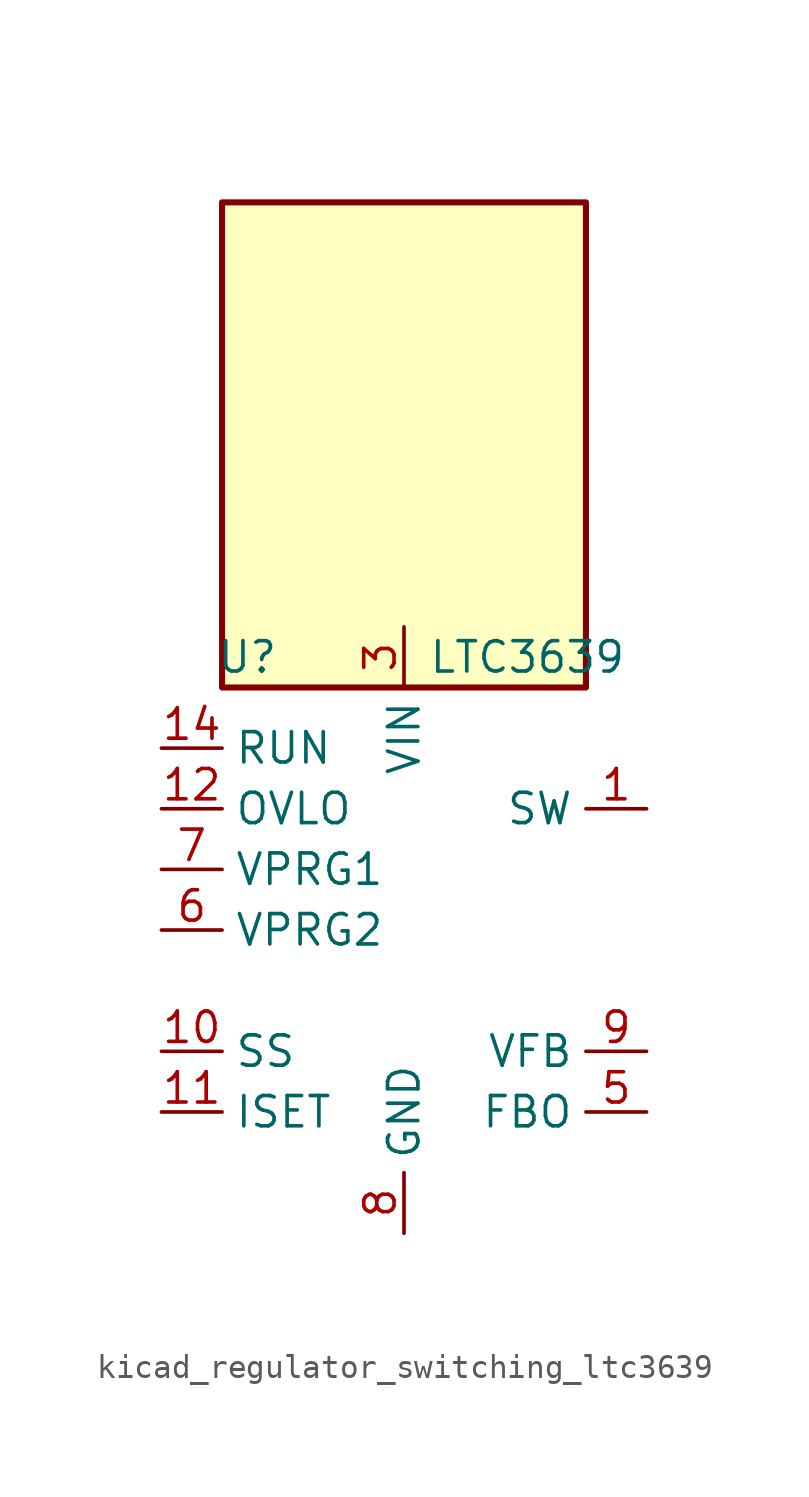
<source format=kicad_sym>
(kicad_symbol_lib
  (version 20220914)
  (generator kicad_symbol_editor)
  (symbol "kicad_regulator_switching_ltc3639"
    (property "Reference" "U"
      (at -7.874 11.43 0)
      (effects (font (size 1.27 1.27)) (justify left)))
    (property "Value" "LTC3639"
      (at 1.016 11.43 0)
      (effects (font (size 1.27 1.27)) (justify left)))
    (symbol "kicad_regulator_switching_ltc3639_0_1"
      (rectangle (start 7.62 30.48) (end -7.62 10.16) (stroke (width 0.254) (type default)) (fill (type background))))
    (symbol "kicad_regulator_switching_ltc3639_1_1"
      (pin passive line (at 10.16 5.08 180) (length 2.54) (name "SW" (effects (font (size 1.27 1.27)))) (number "1" (effects (font (size 1.27 1.27)))))
      (pin passive line (at -10.16 -5.08 0) (length 2.54) (name "SS" (effects (font (size 1.27 1.27)))) (number "10" (effects (font (size 1.27 1.27)))))
      (pin passive line (at -10.16 -7.62 0) (length 2.54) (name "ISET" (effects (font (size 1.27 1.27)))) (number "11" (effects (font (size 1.27 1.27)))))
      (pin input line (at -10.16 5.08 0) (length 2.54) (name "OVLO" (effects (font (size 1.27 1.27)))) (number "12" (effects (font (size 1.27 1.27)))))
      (pin input line (at -10.16 7.62 0) (length 2.54) (name "RUN" (effects (font (size 1.27 1.27)))) (number "14" (effects (font (size 1.27 1.27)))))
      (pin passive line (at 0 -12.7 90) (length 2.54) hide (name "GND" (effects (font (size 1.27 1.27)))) (number "16" (effects (font (size 1.27 1.27)))))
      (pin passive line (at 0 -12.7 90) (length 2.54) hide (name "GND" (effects (font (size 1.27 1.27)))) (number "17" (effects (font (size 1.27 1.27)))))
      (pin power_in line (at 0 12.7 270) (length 2.54) (name "VIN" (effects (font (size 1.27 1.27)))) (number "3" (effects (font (size 1.27 1.27)))))
      (pin output line (at 10.16 -7.62 180) (length 2.54) (name "FBO" (effects (font (size 1.27 1.27)))) (number "5" (effects (font (size 1.27 1.27)))))
      (pin input line (at -10.16 0 0) (length 2.54) (name "VPRG2" (effects (font (size 1.27 1.27)))) (number "6" (effects (font (size 1.27 1.27)))))
      (pin input line (at -10.16 2.54 0) (length 2.54) (name "VPRG1" (effects (font (size 1.27 1.27)))) (number "7" (effects (font (size 1.27 1.27)))))
      (pin power_in line (at 0 -12.7 90) (length 2.54) (name "GND" (effects (font (size 1.27 1.27)))) (number "8" (effects (font (size 1.27 1.27)))))
      (pin input line (at 10.16 -5.08 180) (length 2.54) (name "VFB" (effects (font (size 1.27 1.27)))) (number "9" (effects (font (size 1.27 1.27))))))))
</source>
